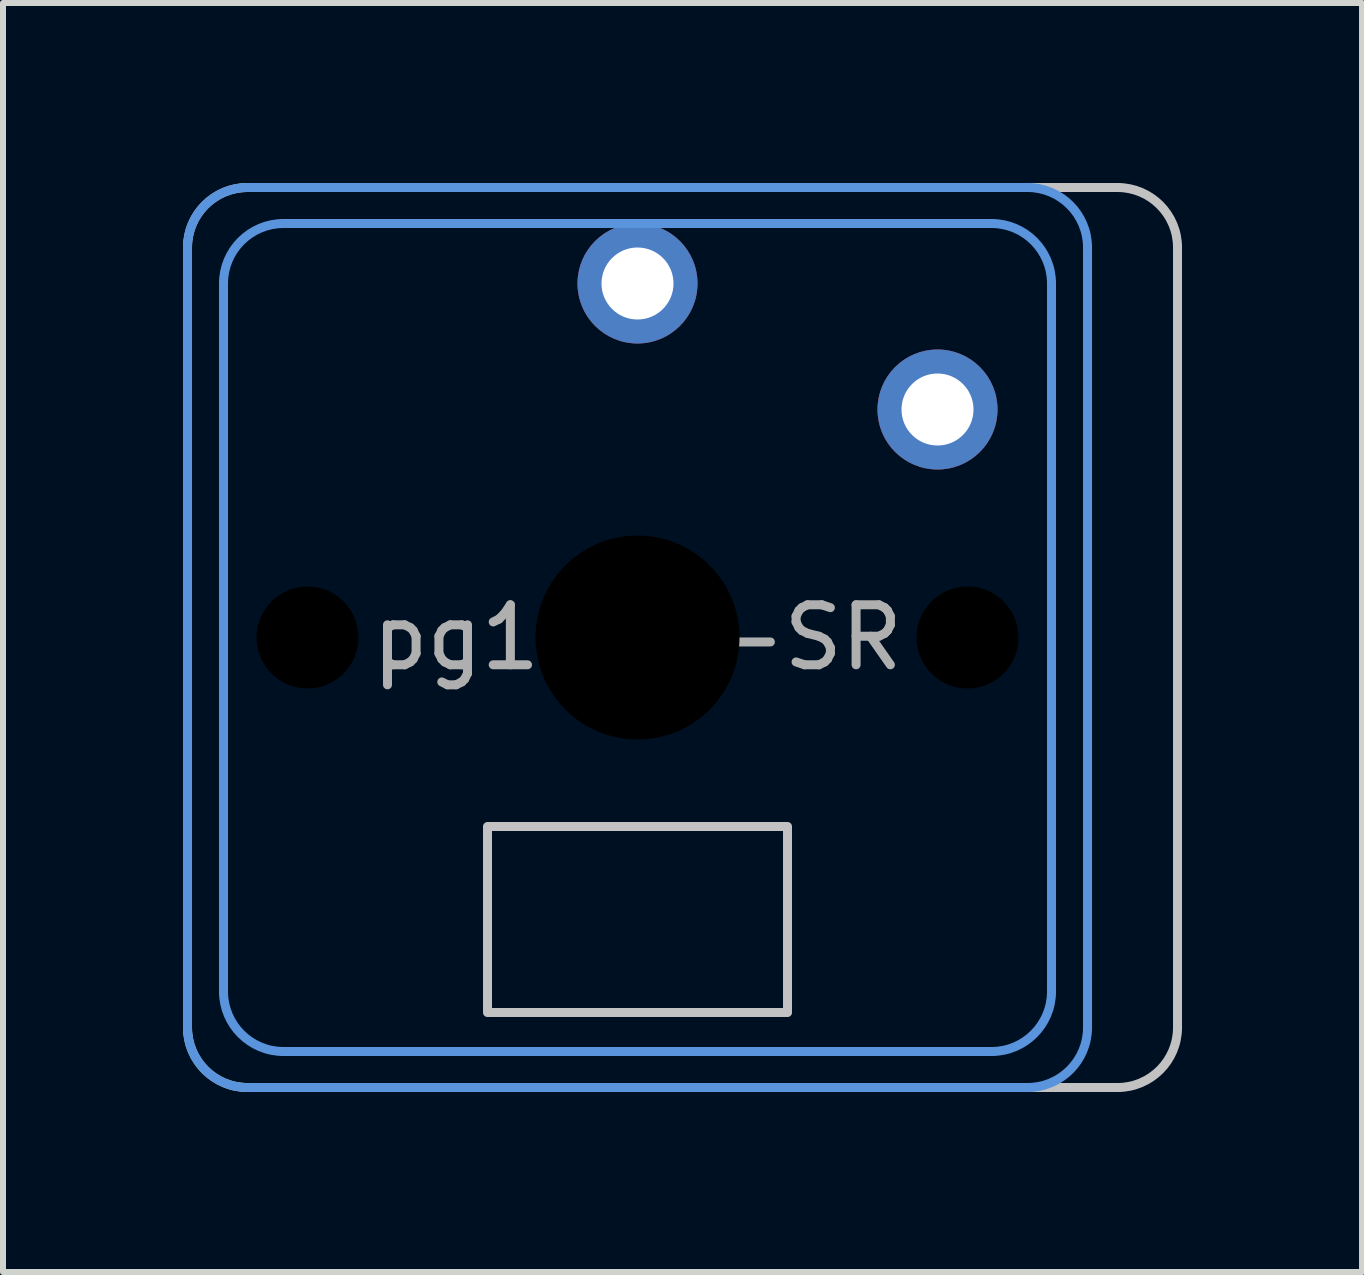
<source format=kicad_pcb>
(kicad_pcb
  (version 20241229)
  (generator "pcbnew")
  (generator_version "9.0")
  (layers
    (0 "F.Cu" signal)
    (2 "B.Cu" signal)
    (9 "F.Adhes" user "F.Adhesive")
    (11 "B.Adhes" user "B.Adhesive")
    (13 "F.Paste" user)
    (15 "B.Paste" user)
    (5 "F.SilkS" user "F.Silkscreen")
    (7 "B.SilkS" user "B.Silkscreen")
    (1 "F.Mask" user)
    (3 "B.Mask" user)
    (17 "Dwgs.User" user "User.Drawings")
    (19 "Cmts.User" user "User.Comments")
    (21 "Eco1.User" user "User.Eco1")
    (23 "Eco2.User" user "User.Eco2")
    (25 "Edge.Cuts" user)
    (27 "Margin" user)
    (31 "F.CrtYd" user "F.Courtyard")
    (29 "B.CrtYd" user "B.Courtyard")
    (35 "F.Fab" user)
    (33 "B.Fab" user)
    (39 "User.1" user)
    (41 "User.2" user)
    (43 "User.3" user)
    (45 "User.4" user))
  (footprint "pg1350-SR"
    (layer "F.Cu")
    (at 7.575 7.575)
    (property "Reference" "pg1350-SR" (at 0 0 0) (layer "F.Fab") (effects (font (size 1 1) (thickness 0.15))))
    (attr through_hole)
    (fp_line (start -7.5 6.5) (end -7.5 -6.5) (stroke (width 0.15) (type solid)) (layer "Dwgs.User"))
    (fp_line (start -6.5 -7.5) (end 8 -7.5) (stroke (width 0.15) (type solid)) (layer "Dwgs.User"))
    (fp_line (start 8 7.5) (end -6.5 7.5) (stroke (width 0.15) (type solid)) (layer "Dwgs.User"))
    (fp_line (start 9 -6.5) (end 9 6.5) (stroke (width 0.15) (type solid)) (layer "Dwgs.User"))
    (fp_rect (start 2.5 6.25) (end -2.5 3.15) (stroke (width 0.15) (type solid)) (fill no) (layer "Dwgs.User"))
    (fp_arc (start -7.5 -6.5) (mid -7.207107 -7.207107) (end -6.5 -7.5) (stroke (width 0.15) (type solid)) (layer "Dwgs.User"))
    (fp_arc (start -6.5 7.5) (mid -7.207107 7.207107) (end -7.5 6.5) (stroke (width 0.15) (type solid)) (layer "Dwgs.User"))
    (fp_arc (start 8 -7.5) (mid 8.707107 -7.207107) (end 9 -6.5) (stroke (width 0.15) (type solid)) (layer "Dwgs.User"))
    (fp_arc (start 9 6.5) (mid 8.707107 7.207107) (end 8 7.5) (stroke (width 0.15) (type solid)) (layer "Dwgs.User"))
    (fp_line (start -7.5 6.5) (end -7.5 -6.5) (stroke (width 0.15) (type solid)) (layer "Cmts.User"))
    (fp_line (start -6.9 5.9) (end -6.9 -5.9) (stroke (width 0.15) (type solid)) (layer "Cmts.User"))
    (fp_line (start -6.5 -7.5) (end 6.5 -7.5) (stroke (width 0.15) (type solid)) (layer "Cmts.User"))
    (fp_line (start -5.9 -6.9) (end 5.9 -6.9) (stroke (width 0.15) (type solid)) (layer "Cmts.User"))
    (fp_line (start 5.9 6.9) (end -5.9 6.9) (stroke (width 0.15) (type solid)) (layer "Cmts.User"))
    (fp_line (start 6.5 7.5) (end -6.5 7.5) (stroke (width 0.15) (type solid)) (layer "Cmts.User"))
    (fp_line (start 6.9 -5.9) (end 6.9 5.9) (stroke (width 0.15) (type solid)) (layer "Cmts.User"))
    (fp_line (start 7.5 -6.5) (end 7.5 6.5) (stroke (width 0.15) (type solid)) (layer "Cmts.User"))
    (fp_arc (start -7.5 -6.5) (mid -7.207107 -7.207107) (end -6.5 -7.5) (stroke (width 0.15) (type solid)) (layer "Cmts.User"))
    (fp_arc (start -6.9 -5.9) (mid -6.607107 -6.607107) (end -5.9 -6.9) (stroke (width 0.15) (type solid)) (layer "Cmts.User"))
    (fp_arc (start -6.5 7.5) (mid -7.207107 7.207107) (end -7.5 6.5) (stroke (width 0.15) (type solid)) (layer "Cmts.User"))
    (fp_arc (start -5.9 6.9) (mid -6.607107 6.607107) (end -6.9 5.9) (stroke (width 0.15) (type solid)) (layer "Cmts.User"))
    (fp_arc (start 5.9 -6.9) (mid 6.607107 -6.607107) (end 6.9 -5.9) (stroke (width 0.15) (type solid)) (layer "Cmts.User"))
    (fp_arc (start 6.5 -7.5) (mid 7.207107 -7.207107) (end 7.5 -6.5) (stroke (width 0.15) (type solid)) (layer "Cmts.User"))
    (fp_arc (start 6.9 5.9) (mid 6.607107 6.607107) (end 5.9 6.9) (stroke (width 0.15) (type solid)) (layer "Cmts.User"))
    (fp_arc (start 7.5 6.5) (mid 7.207107 7.207107) (end 6.5 7.5) (stroke (width 0.15) (type solid)) (layer "Cmts.User"))
    (pad "" np_thru_hole circle (at -5.5 0) (size 1.7 1.7) (drill 1.7) (layers "*.Mask"))
    (pad "" np_thru_hole circle (at 0 0) (size 3.4 3.4) (drill 3.4) (layers "*.Mask"))
    (pad "" np_thru_hole circle (at 5.5 0) (size 1.7 1.7) (drill 1.7) (layers "*.Mask"))
    (pad "1" thru_hole circle (at 0 -5.9) (size 2 2) (drill 1.2) (layers "*.Cu" "B.Mask"))
    (pad "2" thru_hole circle (at 5 -3.8) (size 2 2) (drill 1.2) (layers "*.Cu" "B.Mask")))
  (gr_rect
    (start -3 -3)
    (end 19.65 18.15)
    (stroke (width 0.1) (type default))
    (fill no)
    (layer "Edge.Cuts")))
</source>
